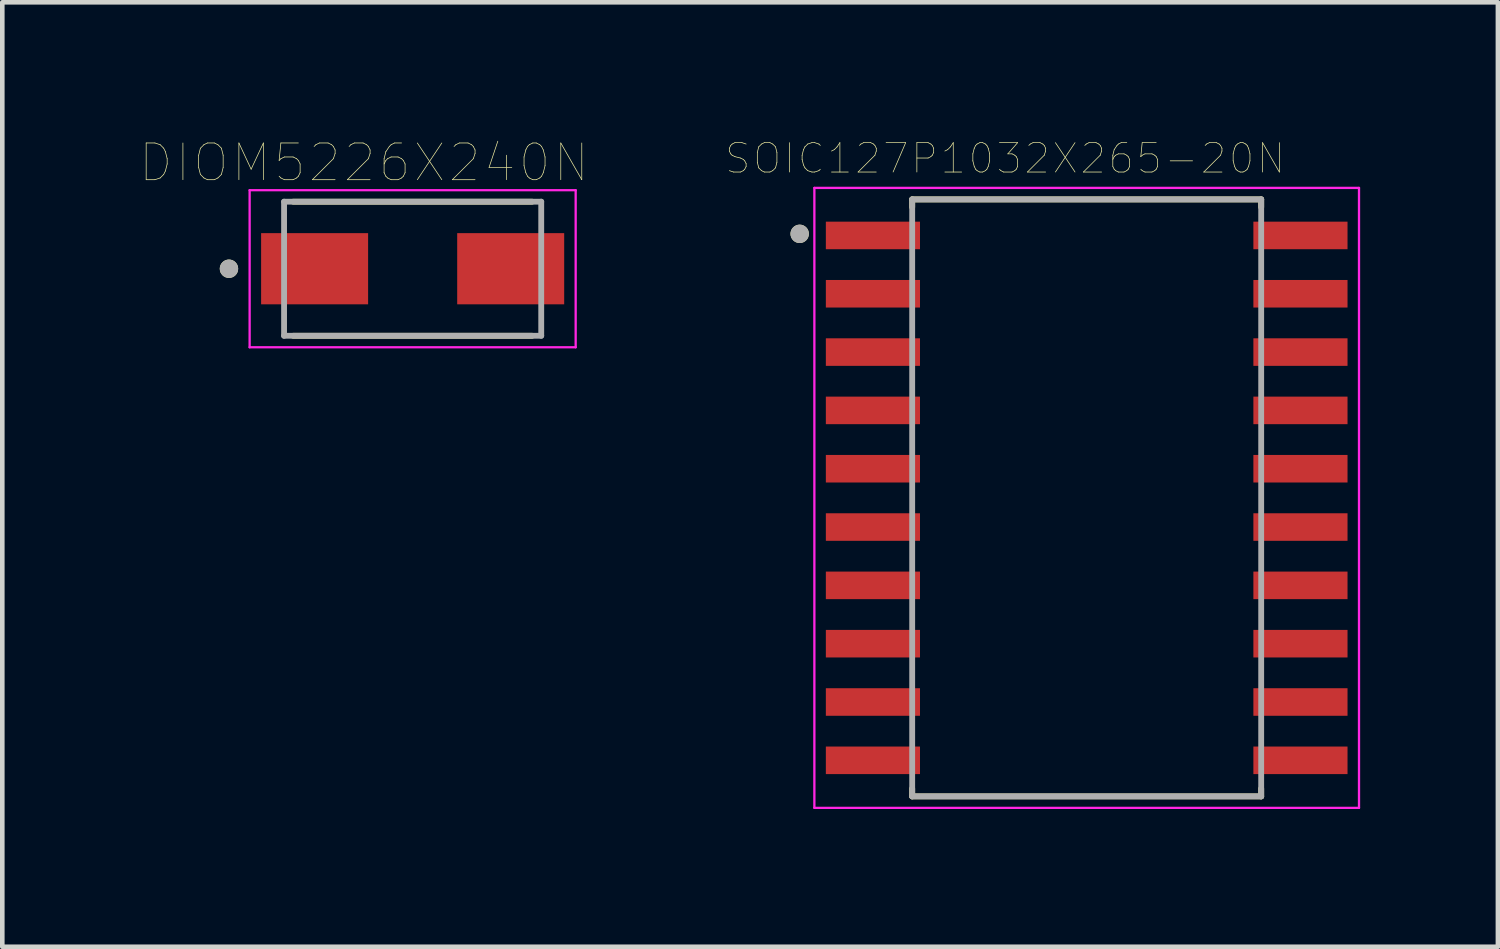
<source format=kicad_pcb>
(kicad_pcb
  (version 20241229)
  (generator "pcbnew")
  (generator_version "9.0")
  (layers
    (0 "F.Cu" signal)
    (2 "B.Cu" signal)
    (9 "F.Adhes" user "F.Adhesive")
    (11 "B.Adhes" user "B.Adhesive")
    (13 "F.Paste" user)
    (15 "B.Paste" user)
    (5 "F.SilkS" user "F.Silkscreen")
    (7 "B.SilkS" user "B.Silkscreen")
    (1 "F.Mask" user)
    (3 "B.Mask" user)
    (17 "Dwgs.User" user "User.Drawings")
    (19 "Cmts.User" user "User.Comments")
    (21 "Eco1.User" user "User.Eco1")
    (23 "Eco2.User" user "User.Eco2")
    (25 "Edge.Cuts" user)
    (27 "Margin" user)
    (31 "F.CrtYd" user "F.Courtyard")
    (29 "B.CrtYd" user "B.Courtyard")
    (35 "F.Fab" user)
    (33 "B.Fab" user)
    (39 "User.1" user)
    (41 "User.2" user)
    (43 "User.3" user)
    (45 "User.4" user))
  (footprint "DIOM5226X240N"
    (layer "F.Cu")
    (at 5.936 2.802)
    (property "Reference" "DIOM5226X240N" (at -1.06 -2.308 0) (layer "F.SilkS") (effects (font (size 0.8 0.8) (thickness 0.015))))
    (attr through_hole)
    (fp_line (start -2.6 -1.46) (end 2.6 -1.46) (stroke (width 0.127) (type solid)) (layer "F.SilkS"))
    (fp_line (start -2.6 1.46) (end 2.6 1.46) (stroke (width 0.127) (type solid)) (layer "F.SilkS"))
    (fp_circle (center -4 0) (end -3.9 0) (stroke (width 0.2) (type solid)) (fill no) (layer "F.SilkS"))
    (fp_line (start -3.55 -1.71) (end 3.55 -1.71) (stroke (width 0.05) (type solid)) (layer "F.CrtYd"))
    (fp_line (start -3.55 1.71) (end -3.55 -1.71) (stroke (width 0.05) (type solid)) (layer "F.CrtYd"))
    (fp_line (start 3.55 -1.71) (end 3.55 1.71) (stroke (width 0.05) (type solid)) (layer "F.CrtYd"))
    (fp_line (start 3.55 1.71) (end -3.55 1.71) (stroke (width 0.05) (type solid)) (layer "F.CrtYd"))
    (fp_line (start -2.8 -1.46) (end 2.8 -1.46) (stroke (width 0.127) (type solid)) (layer "F.Fab"))
    (fp_line (start -2.8 1.46) (end -2.8 -1.46) (stroke (width 0.127) (type solid)) (layer "F.Fab"))
    (fp_line (start 2.8 -1.46) (end 2.8 1.46) (stroke (width 0.127) (type solid)) (layer "F.Fab"))
    (fp_line (start 2.8 1.46) (end -2.8 1.46) (stroke (width 0.127) (type solid)) (layer "F.Fab"))
    (fp_circle (center -4 0) (end -3.9 0) (stroke (width 0.2) (type solid)) (fill no) (layer "F.Fab"))
    (pad "A" smd rect (at 2.135 0) (size 2.33 1.55) (layers "F.Cu" "F.Mask" "F.Paste"))
    (pad "C" smd rect (at -2.135 0) (size 2.33 1.55) (layers "F.Cu" "F.Mask" "F.Paste")))
  (footprint "SOIC127P1032X265-20N"
    (layer "F.Cu")
    (at 20.614 7.792)
    (property "Reference" "SOIC127P1032X265-20N" (at -1.778 -7.391 0) (layer "F.SilkS") (effects (font (size 0.64 0.64) (thickness 0.015))))
    (attr through_hole)
    (fp_line (start -3.8 -6.5) (end 3.8 -6.5) (stroke (width 0.127) (type solid)) (layer "F.SilkS"))
    (fp_line (start -3.8 -6.33) (end -3.8 -6.5) (stroke (width 0.127) (type solid)) (layer "F.SilkS"))
    (fp_line (start -3.8 6.33) (end -3.8 6.5) (stroke (width 0.127) (type solid)) (layer "F.SilkS"))
    (fp_line (start -3.8 6.5) (end 3.8 6.5) (stroke (width 0.127) (type solid)) (layer "F.SilkS"))
    (fp_line (start 3.8 -6.33) (end 3.8 -6.5) (stroke (width 0.127) (type solid)) (layer "F.SilkS"))
    (fp_line (start 3.8 6.33) (end 3.8 6.5) (stroke (width 0.127) (type solid)) (layer "F.SilkS"))
    (fp_circle (center -6.25 -5.75) (end -6.15 -5.75) (stroke (width 0.2) (type solid)) (fill no) (layer "F.SilkS"))
    (fp_line (start -5.93 -6.75) (end -5.93 6.75) (stroke (width 0.05) (type solid)) (layer "F.CrtYd"))
    (fp_line (start -5.93 6.75) (end 5.93 6.75) (stroke (width 0.05) (type solid)) (layer "F.CrtYd"))
    (fp_line (start 5.93 -6.75) (end -5.93 -6.75) (stroke (width 0.05) (type solid)) (layer "F.CrtYd"))
    (fp_line (start 5.93 6.75) (end 5.93 -6.75) (stroke (width 0.05) (type solid)) (layer "F.CrtYd"))
    (fp_line (start -3.8 -6.5) (end -3.8 6.5) (stroke (width 0.127) (type solid)) (layer "F.Fab"))
    (fp_line (start -3.8 6.5) (end 3.8 6.5) (stroke (width 0.127) (type solid)) (layer "F.Fab"))
    (fp_line (start 3.8 -6.5) (end -3.8 -6.5) (stroke (width 0.127) (type solid)) (layer "F.Fab"))
    (fp_line (start 3.8 6.5) (end 3.8 -6.5) (stroke (width 0.127) (type solid)) (layer "F.Fab"))
    (fp_circle (center -6.25 -5.75) (end -6.15 -5.75) (stroke (width 0.2) (type solid)) (fill no) (layer "F.Fab"))
    (pad "1" smd rect (at -4.655 -5.715) (size 2.05 0.6) (layers "F.Cu" "F.Mask" "F.Paste"))
    (pad "2" smd rect (at -4.655 -4.445) (size 2.05 0.6) (layers "F.Cu" "F.Mask" "F.Paste"))
    (pad "3" smd rect (at -4.655 -3.175) (size 2.05 0.6) (layers "F.Cu" "F.Mask" "F.Paste"))
    (pad "4" smd rect (at -4.655 -1.905) (size 2.05 0.6) (layers "F.Cu" "F.Mask" "F.Paste"))
    (pad "5" smd rect (at -4.655 -0.635) (size 2.05 0.6) (layers "F.Cu" "F.Mask" "F.Paste"))
    (pad "6" smd rect (at -4.655 0.635) (size 2.05 0.6) (layers "F.Cu" "F.Mask" "F.Paste"))
    (pad "7" smd rect (at -4.655 1.905) (size 2.05 0.6) (layers "F.Cu" "F.Mask" "F.Paste"))
    (pad "8" smd rect (at -4.655 3.175) (size 2.05 0.6) (layers "F.Cu" "F.Mask" "F.Paste"))
    (pad "9" smd rect (at -4.655 4.445) (size 2.05 0.6) (layers "F.Cu" "F.Mask" "F.Paste"))
    (pad "10" smd rect (at -4.655 5.715) (size 2.05 0.6) (layers "F.Cu" "F.Mask" "F.Paste"))
    (pad "11" smd rect (at 4.655 5.715) (size 2.05 0.6) (layers "F.Cu" "F.Mask" "F.Paste"))
    (pad "12" smd rect (at 4.655 4.445) (size 2.05 0.6) (layers "F.Cu" "F.Mask" "F.Paste"))
    (pad "13" smd rect (at 4.655 3.175) (size 2.05 0.6) (layers "F.Cu" "F.Mask" "F.Paste"))
    (pad "14" smd rect (at 4.655 1.905) (size 2.05 0.6) (layers "F.Cu" "F.Mask" "F.Paste"))
    (pad "15" smd rect (at 4.655 0.635) (size 2.05 0.6) (layers "F.Cu" "F.Mask" "F.Paste"))
    (pad "16" smd rect (at 4.655 -0.635) (size 2.05 0.6) (layers "F.Cu" "F.Mask" "F.Paste"))
    (pad "17" smd rect (at 4.655 -1.905) (size 2.05 0.6) (layers "F.Cu" "F.Mask" "F.Paste"))
    (pad "18" smd rect (at 4.655 -3.175) (size 2.05 0.6) (layers "F.Cu" "F.Mask" "F.Paste"))
    (pad "19" smd rect (at 4.655 -4.445) (size 2.05 0.6) (layers "F.Cu" "F.Mask" "F.Paste"))
    (pad "20" smd rect (at 4.655 -5.715) (size 2.05 0.6) (layers "F.Cu" "F.Mask" "F.Paste")))
  (gr_rect
    (start -3 -3)
    (end 29.569 17.567)
    (stroke (width 0.1) (type default))
    (fill no)
    (layer "Edge.Cuts")))
</source>
